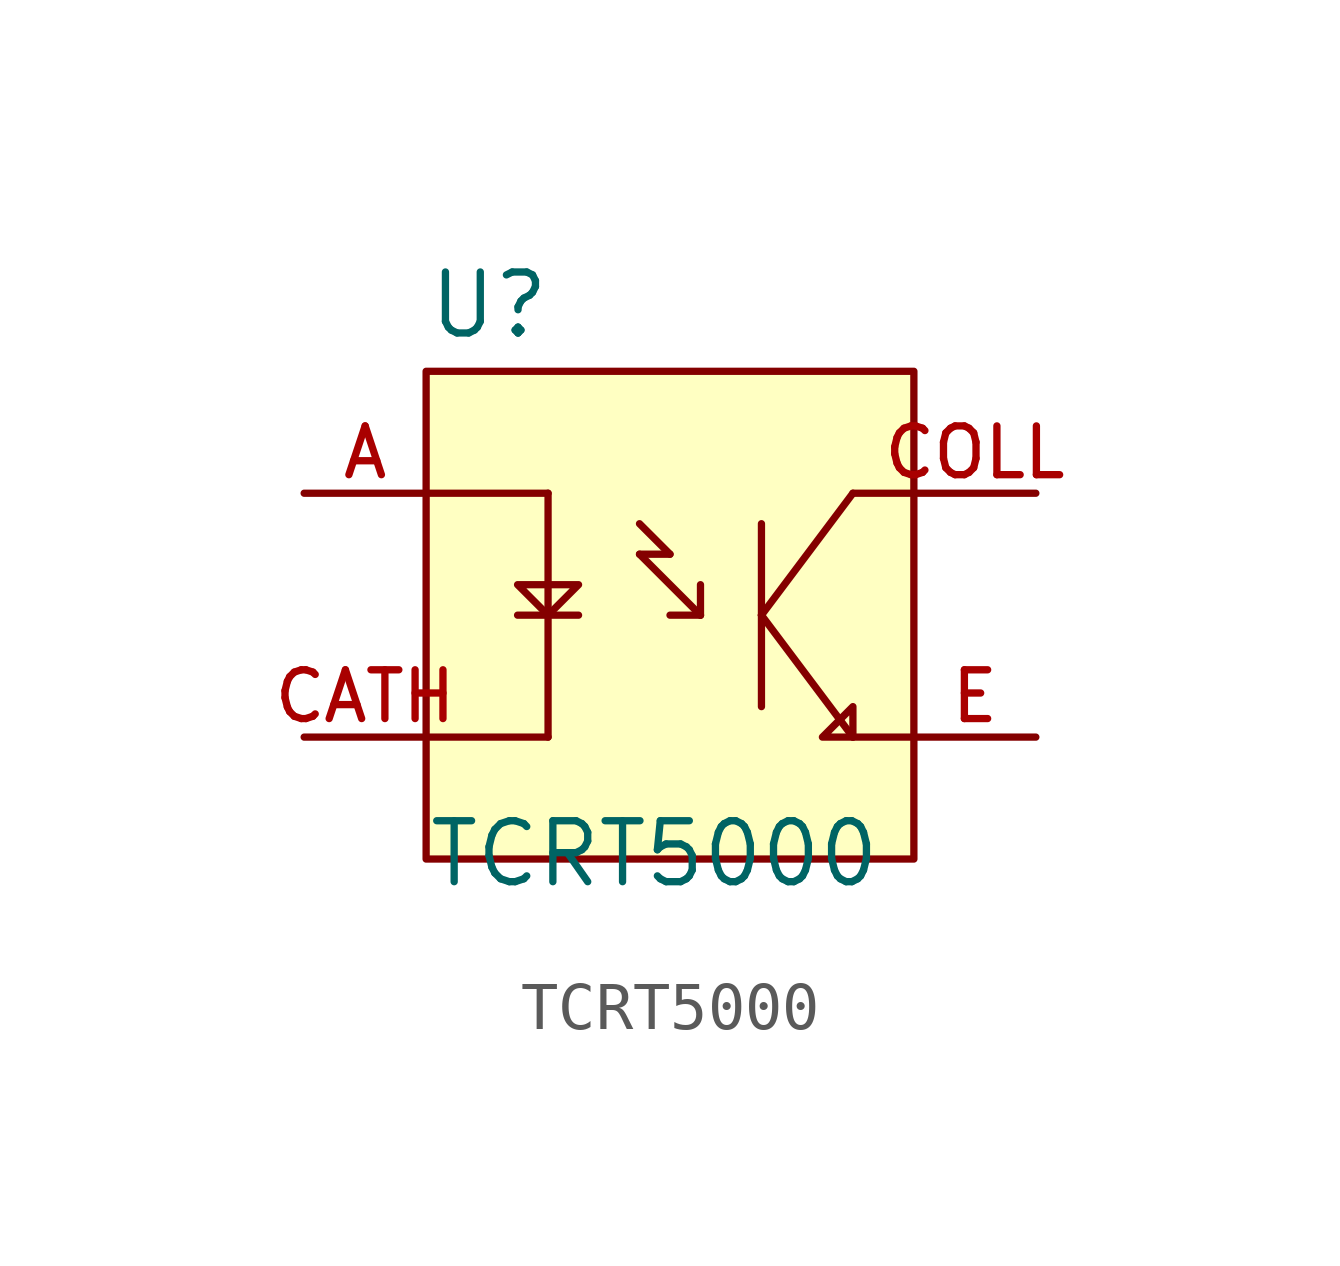
<source format=kicad_sym>
(kicad_symbol_lib
  (version 20211014)
  (generator kicad_symbol_editor)
  (symbol "TCRT5000"
    (pin_names
      (offset 1.016) hide)
    (property "Reference" "U"
      (at -5.08 5.715 0)
      (effects (font (size 1.27 1.27)) (justify left bottom)))
    (property "Value" "TCRT5000"
      (at -5.08 -5.715 0)
      (effects (font (size 1.27 1.27)) (justify left bottom)))
    (property "ki_locked" ""
      (at 0 0 0)
      (effects (font (size 1.27 1.27))))
    (symbol "TCRT5000_0_0"
      (rectangle (start -5.08 -5.08) (end 5.08 5.08) (stroke (width 0.152) (type default) (color 0 0 0 0)) (fill (type background)))
      (polyline (pts (xy -5.08 2.54) (xy -2.54 2.54)) (stroke (width 0.152) (type default) (color 0 0 0 0)) (fill (type none)))
      (polyline (pts (xy -3.175 0) (xy -1.905 0)) (stroke (width 0.152) (type default) (color 0 0 0 0)) (fill (type none)))
      (polyline (pts (xy -2.54 -2.54) (xy -5.08 -2.54)) (stroke (width 0.152) (type default) (color 0 0 0 0)) (fill (type none)))
      (polyline (pts (xy -2.54 2.54) (xy -2.54 -2.54)) (stroke (width 0.152) (type default) (color 0 0 0 0)) (fill (type none)))
      (polyline (pts (xy -0.635 1.27) (xy 0.635 0)) (stroke (width 0.152) (type default) (color 0 0 0 0)) (fill (type none)))
      (polyline (pts (xy -0.635 1.905) (xy 0 1.27)) (stroke (width 0.152) (type default) (color 0 0 0 0)) (fill (type none)))
      (polyline (pts (xy 0 1.27) (xy -0.635 1.27)) (stroke (width 0.152) (type default) (color 0 0 0 0)) (fill (type none)))
      (polyline (pts (xy 0.635 0) (xy 0 0)) (stroke (width 0.152) (type default) (color 0 0 0 0)) (fill (type none)))
      (polyline (pts (xy 0.635 0.635) (xy 0.635 0)) (stroke (width 0.152) (type default) (color 0 0 0 0)) (fill (type none)))
      (polyline (pts (xy 1.905 0) (xy 1.905 -1.905)) (stroke (width 0.152) (type default) (color 0 0 0 0)) (fill (type none)))
      (polyline (pts (xy 1.905 0) (xy 3.81 -2.54)) (stroke (width 0.152) (type default) (color 0 0 0 0)) (fill (type none)))
      (polyline (pts (xy 1.905 0) (xy 3.81 2.54)) (stroke (width 0.152) (type default) (color 0 0 0 0)) (fill (type none)))
      (polyline (pts (xy 1.905 1.905) (xy 1.905 0)) (stroke (width 0.152) (type default) (color 0 0 0 0)) (fill (type none)))
      (polyline (pts (xy 3.81 -2.54) (xy 5.08 -2.54)) (stroke (width 0.152) (type default) (color 0 0 0 0)) (fill (type none)))
      (polyline (pts (xy 3.81 2.54) (xy 5.08 2.54)) (stroke (width 0.152) (type default) (color 0 0 0 0)) (fill (type none)))
      (polyline (pts (xy -3.175 0.635) (xy -1.905 0.635) (xy -2.54 0) (xy -3.175 0.635)) (stroke (width 0.152) (type default) (color 0 0 0 0)) (fill (type background)))
      (polyline (pts (xy 3.175 -2.54) (xy 3.81 -2.54) (xy 3.81 -1.905) (xy 3.175 -2.54)) (stroke (width 0.152) (type default) (color 0 0 0 0)) (fill (type background)))
      (pin passive line (at -7.62 2.54 0) (length 2.54) (name "~" (effects (font (size 1.016 1.016)))) (number "A" (effects (font (size 1.016 1.016)))))
      (pin passive line (at -7.62 -2.54 0) (length 2.54) (name "~" (effects (font (size 1.016 1.016)))) (number "CATH" (effects (font (size 1.016 1.016)))))
      (pin passive line (at 7.62 2.54 180) (length 2.54) (name "~" (effects (font (size 1.016 1.016)))) (number "COLL" (effects (font (size 1.016 1.016)))))
      (pin passive line (at 7.62 -2.54 180) (length 2.54) (name "~" (effects (font (size 1.016 1.016)))) (number "E" (effects (font (size 1.016 1.016))))))))
</source>
